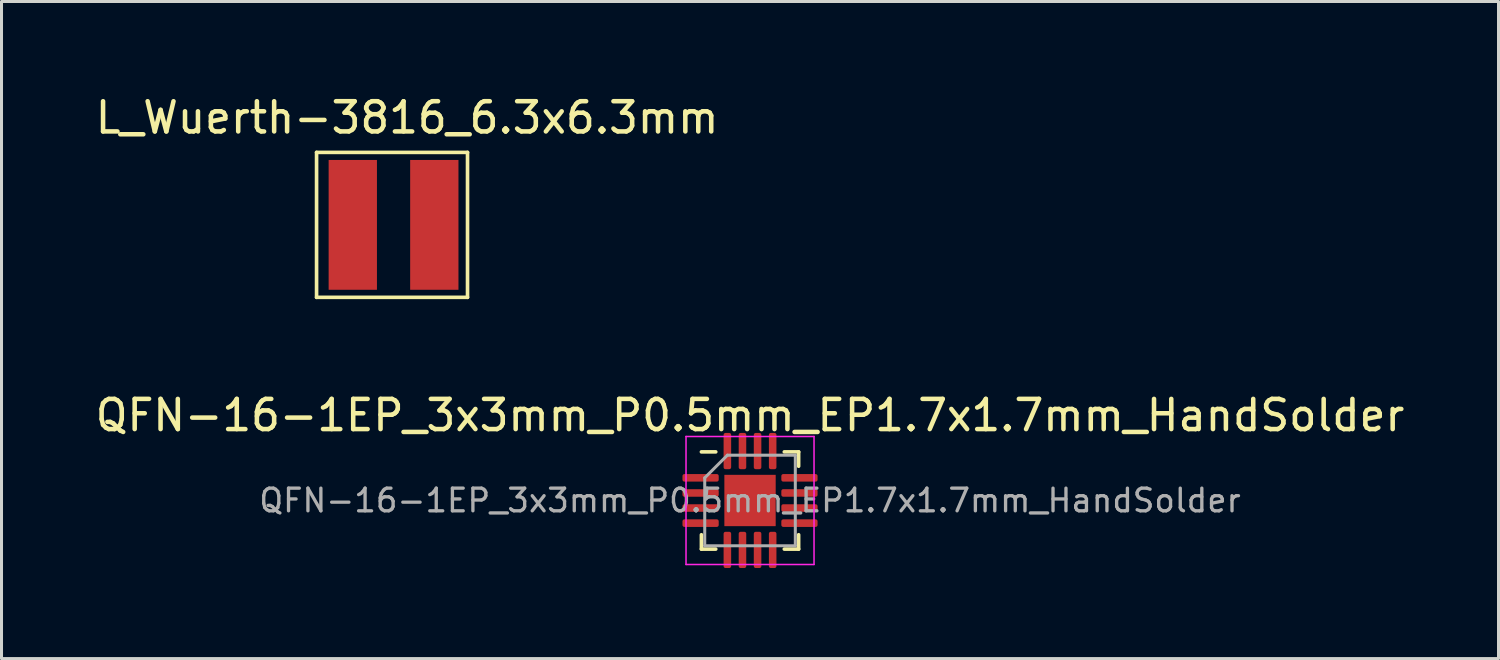
<source format=kicad_pcb>
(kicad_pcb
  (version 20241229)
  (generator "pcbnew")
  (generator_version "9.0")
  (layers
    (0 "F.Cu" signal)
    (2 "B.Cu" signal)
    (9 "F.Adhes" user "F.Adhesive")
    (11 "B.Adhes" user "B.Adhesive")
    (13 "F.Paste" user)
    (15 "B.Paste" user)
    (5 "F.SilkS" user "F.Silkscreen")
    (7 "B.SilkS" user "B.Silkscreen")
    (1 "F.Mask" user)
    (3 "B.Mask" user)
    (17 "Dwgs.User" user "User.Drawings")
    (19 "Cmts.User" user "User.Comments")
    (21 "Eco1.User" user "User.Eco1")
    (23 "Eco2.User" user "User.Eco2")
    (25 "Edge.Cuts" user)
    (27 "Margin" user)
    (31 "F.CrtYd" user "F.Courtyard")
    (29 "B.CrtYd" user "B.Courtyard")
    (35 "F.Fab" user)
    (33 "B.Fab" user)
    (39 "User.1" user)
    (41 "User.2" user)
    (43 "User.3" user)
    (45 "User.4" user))
  (footprint "L_Wuerth-3816_6.3x6.3mm"
    (layer "F.Cu")
    (at 7.835 4.398)
    (property "Reference" "L_Wuerth-3816_6.3x6.3mm" (at 2.6 -3.55 0) (layer "F.SilkS") (effects (font (size 1 1) (thickness 0.15))))
    (attr through_hole)
    (fp_line (start -0.4 -2.4) (end 4.6 -2.4) (stroke (width 0.12) (type solid)) (layer "F.SilkS"))
    (fp_line (start -0.4 2.4) (end -0.4 -2.4) (stroke (width 0.12) (type solid)) (layer "F.SilkS"))
    (fp_line (start 4.6 -2.4) (end 4.6 2.4) (stroke (width 0.12) (type solid)) (layer "F.SilkS"))
    (fp_line (start 4.6 2.4) (end -0.4 2.4) (stroke (width 0.12) (type solid)) (layer "F.SilkS"))
    (pad "1" smd rect (at 0.8 0) (size 1.6 4.3) (layers "F.Cu" "F.Mask" "F.Paste"))
    (pad "2" smd rect (at 3.5 0) (size 1.6 4.3) (layers "F.Cu" "F.Mask" "F.Paste")))
  (footprint "QFN-16-1EP_3x3mm_P0.5mm_EP1.7x1.7mm_HandSolder"
    (layer "F.Cu")
    (at 21.792 13.527)
    (property "Reference" "QFN-16-1EP_3x3mm_P0.5mm_EP1.7x1.7mm_HandSolder" (at 0 -2.82 0) (layer "F.SilkS") (effects (font (size 1 1) (thickness 0.15))))
    (attr smd)
    (fp_line (start -1.61 1.61) (end -1.61 1.135) (stroke (width 0.12) (type solid)) (layer "F.SilkS"))
    (fp_line (start -1.135 -1.61) (end -1.61 -1.61) (stroke (width 0.12) (type solid)) (layer "F.SilkS"))
    (fp_line (start -1.135 1.61) (end -1.61 1.61) (stroke (width 0.12) (type solid)) (layer "F.SilkS"))
    (fp_line (start 1.135 -1.61) (end 1.61 -1.61) (stroke (width 0.12) (type solid)) (layer "F.SilkS"))
    (fp_line (start 1.135 1.61) (end 1.61 1.61) (stroke (width 0.12) (type solid)) (layer "F.SilkS"))
    (fp_line (start 1.61 -1.61) (end 1.61 -1.135) (stroke (width 0.12) (type solid)) (layer "F.SilkS"))
    (fp_line (start 1.61 1.61) (end 1.61 1.135) (stroke (width 0.12) (type solid)) (layer "F.SilkS"))
    (fp_line (start -2.12 -2.12) (end -2.12 2.12) (stroke (width 0.05) (type solid)) (layer "F.CrtYd"))
    (fp_line (start -2.12 2.12) (end 2.12 2.12) (stroke (width 0.05) (type solid)) (layer "F.CrtYd"))
    (fp_line (start 2.12 -2.12) (end -2.12 -2.12) (stroke (width 0.05) (type solid)) (layer "F.CrtYd"))
    (fp_line (start 2.12 2.12) (end 2.12 -2.12) (stroke (width 0.05) (type solid)) (layer "F.CrtYd"))
    (fp_line (start -1.5 -0.75) (end -0.75 -1.5) (stroke (width 0.1) (type solid)) (layer "F.Fab"))
    (fp_line (start -1.5 1.5) (end -1.5 -0.75) (stroke (width 0.1) (type solid)) (layer "F.Fab"))
    (fp_line (start -0.75 -1.5) (end 1.5 -1.5) (stroke (width 0.1) (type solid)) (layer "F.Fab"))
    (fp_line (start 1.5 -1.5) (end 1.5 1.5) (stroke (width 0.1) (type solid)) (layer "F.Fab"))
    (fp_line (start 1.5 1.5) (end -1.5 1.5) (stroke (width 0.1) (type solid)) (layer "F.Fab"))
    (fp_text user "${REFERENCE}" (at 0 0 0) (layer "F.Fab") (effects (font (size 0.75 0.75) (thickness 0.11))))
    (pad "" smd roundrect (at -0.425 -0.425) (size 0.69 0.69) (layers "F.Paste") (roundrect_rratio 0.25))
    (pad "" smd roundrect (at -0.425 0.425) (size 0.69 0.69) (layers "F.Paste") (roundrect_rratio 0.25))
    (pad "" smd roundrect (at 0.425 -0.425) (size 0.69 0.69) (layers "F.Paste") (roundrect_rratio 0.25))
    (pad "" smd roundrect (at 0.425 0.425) (size 0.69 0.69) (layers "F.Paste") (roundrect_rratio 0.25))
    (pad "1" smd roundrect (at -1.637 -0.75) (size 1.2 0.25) (layers "F.Cu" "F.Mask" "F.Paste") (roundrect_rratio 0.25))
    (pad "2" smd roundrect (at -1.637 -0.25) (size 1.2 0.25) (layers "F.Cu" "F.Mask" "F.Paste") (roundrect_rratio 0.25))
    (pad "3" smd roundrect (at -1.637 0.25) (size 1.2 0.25) (layers "F.Cu" "F.Mask" "F.Paste") (roundrect_rratio 0.25))
    (pad "4" smd roundrect (at -1.637 0.75) (size 1.2 0.25) (layers "F.Cu" "F.Mask" "F.Paste") (roundrect_rratio 0.25))
    (pad "5" smd roundrect (at -0.75 1.637) (size 0.25 1.2) (layers "F.Cu" "F.Mask" "F.Paste") (roundrect_rratio 0.25))
    (pad "6" smd roundrect (at -0.25 1.637) (size 0.25 1.2) (layers "F.Cu" "F.Mask" "F.Paste") (roundrect_rratio 0.25))
    (pad "7" smd roundrect (at 0.25 1.637) (size 0.25 1.2) (layers "F.Cu" "F.Mask" "F.Paste") (roundrect_rratio 0.25))
    (pad "8" smd roundrect (at 0.75 1.637) (size 0.25 1.2) (layers "F.Cu" "F.Mask" "F.Paste") (roundrect_rratio 0.25))
    (pad "9" smd roundrect (at 1.637 0.75) (size 1.2 0.25) (layers "F.Cu" "F.Mask" "F.Paste") (roundrect_rratio 0.25))
    (pad "10" smd roundrect (at 1.637 0.25) (size 1.2 0.25) (layers "F.Cu" "F.Mask" "F.Paste") (roundrect_rratio 0.25))
    (pad "11" smd roundrect (at 1.637 -0.25) (size 1.2 0.25) (layers "F.Cu" "F.Mask" "F.Paste") (roundrect_rratio 0.25))
    (pad "12" smd roundrect (at 1.637 -0.75) (size 1.2 0.25) (layers "F.Cu" "F.Mask" "F.Paste") (roundrect_rratio 0.25))
    (pad "13" smd roundrect (at 0.75 -1.637) (size 0.25 1.2) (layers "F.Cu" "F.Mask" "F.Paste") (roundrect_rratio 0.25))
    (pad "14" smd roundrect (at 0.25 -1.637) (size 0.25 1.2) (layers "F.Cu" "F.Mask" "F.Paste") (roundrect_rratio 0.25))
    (pad "15" smd roundrect (at -0.25 -1.637) (size 0.25 1.2) (layers "F.Cu" "F.Mask" "F.Paste") (roundrect_rratio 0.25))
    (pad "16" smd roundrect (at -0.75 -1.637) (size 0.25 1.2) (layers "F.Cu" "F.Mask" "F.Paste") (roundrect_rratio 0.25))
    (pad "17" smd rect (at 0 0) (size 1.7 1.7) (layers "F.Cu" "F.Mask")))
  (gr_rect
    (start -3 -3)
    (end 46.583 18.764)
    (stroke (width 0.1) (type default))
    (fill no)
    (layer "Edge.Cuts")))
</source>
